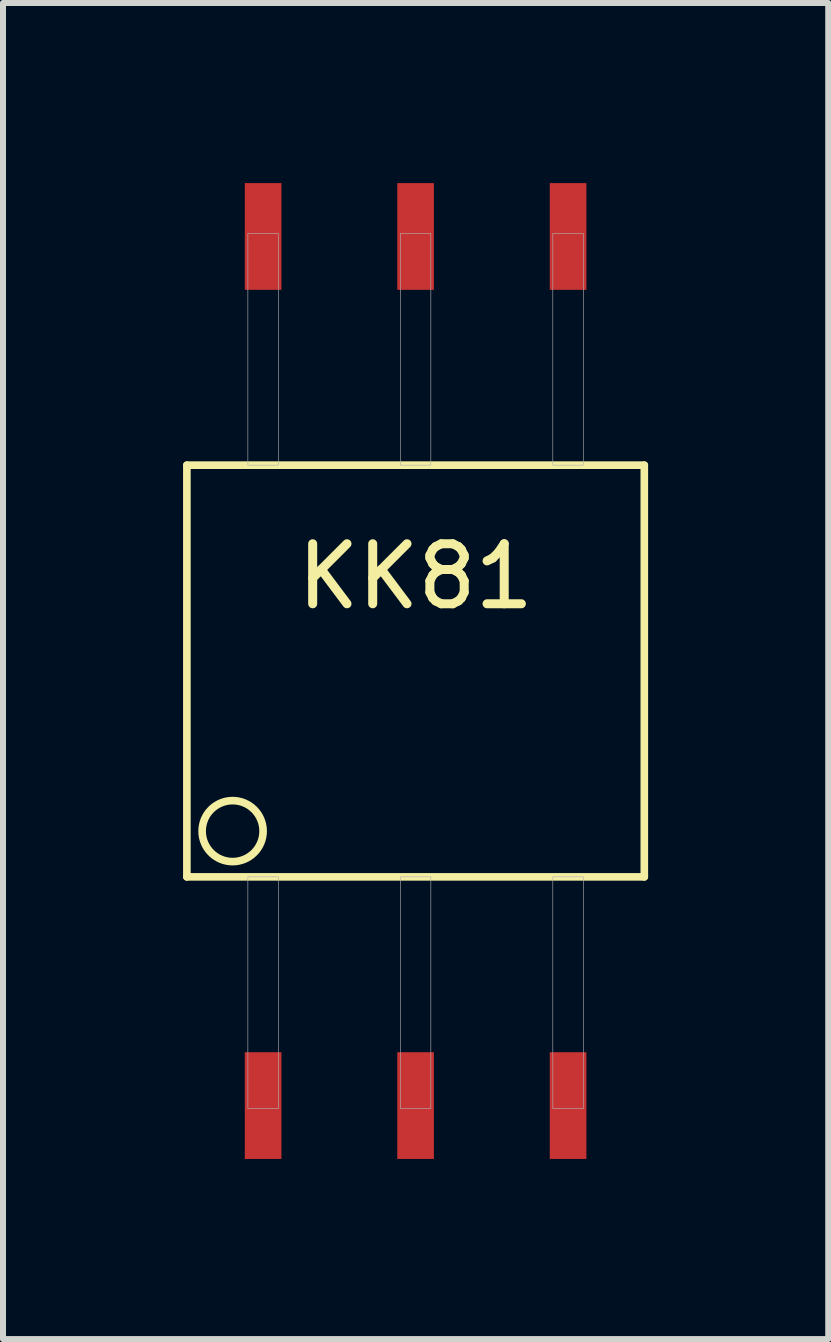
<source format=kicad_pcb>
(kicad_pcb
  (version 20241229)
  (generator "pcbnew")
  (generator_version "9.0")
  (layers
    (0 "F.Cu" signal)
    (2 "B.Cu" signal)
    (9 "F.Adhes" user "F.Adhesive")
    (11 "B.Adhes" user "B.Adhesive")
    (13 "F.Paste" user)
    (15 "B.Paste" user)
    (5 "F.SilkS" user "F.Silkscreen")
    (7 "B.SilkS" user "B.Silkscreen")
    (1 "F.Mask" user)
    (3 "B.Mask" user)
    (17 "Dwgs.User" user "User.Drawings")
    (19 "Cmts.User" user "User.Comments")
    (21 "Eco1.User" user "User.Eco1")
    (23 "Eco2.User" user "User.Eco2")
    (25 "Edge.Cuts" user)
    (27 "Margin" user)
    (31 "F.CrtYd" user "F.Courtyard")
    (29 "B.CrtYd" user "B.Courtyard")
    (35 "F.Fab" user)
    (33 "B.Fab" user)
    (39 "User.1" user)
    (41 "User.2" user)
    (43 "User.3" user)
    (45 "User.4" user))
  (footprint "KK81"
    (layer "F.Cu")
    (at 3.873 8.128)
    (property "Reference" "KK81" (at 0 -1.575 0) (layer "F.SilkS") (effects (font (size 1 1) (thickness 0.15))))
    (attr through_hole)
    (fp_line (start -3.81 -3.429) (end -3.81 3.429) (stroke (width 0.127) (type solid)) (layer "F.SilkS"))
    (fp_line (start -3.81 3.429) (end 3.81 3.429) (stroke (width 0.127) (type solid)) (layer "F.SilkS"))
    (fp_line (start 3.81 -3.429) (end -3.81 -3.429) (stroke (width 0.127) (type solid)) (layer "F.SilkS"))
    (fp_line (start 3.81 3.429) (end 3.81 -3.429) (stroke (width 0.127) (type solid)) (layer "F.SilkS"))
    (fp_circle (center -3.048 2.667) (end -2.54 2.667) (stroke (width 0.127) (type solid)) (fill no) (layer "F.SilkS"))
    (fp_poly (pts (xy -2.794 -7.29) (xy -2.286 -7.29) (xy -2.286 -3.429) (xy -2.794 -3.429)) (stroke (width 0.01) (type solid)) (fill no) (layer "F.Fab"))
    (fp_poly (pts (xy -2.794 3.429) (xy -2.286 3.429) (xy -2.286 7.29) (xy -2.794 7.29)) (stroke (width 0.01) (type solid)) (fill no) (layer "F.Fab"))
    (fp_poly (pts (xy -0.254 -7.29) (xy 0.254 -7.29) (xy 0.254 -3.429) (xy -0.254 -3.429)) (stroke (width 0.01) (type solid)) (fill no) (layer "F.Fab"))
    (fp_poly (pts (xy -0.254 3.429) (xy 0.254 3.429) (xy 0.254 7.29) (xy -0.254 7.29)) (stroke (width 0.01) (type solid)) (fill no) (layer "F.Fab"))
    (fp_poly (pts (xy 2.286 -7.29) (xy 2.794 -7.29) (xy 2.794 -3.429) (xy 2.286 -3.429)) (stroke (width 0.01) (type solid)) (fill no) (layer "F.Fab"))
    (fp_poly (pts (xy 2.286 3.429) (xy 2.794 3.429) (xy 2.794 7.29) (xy 2.286 7.29)) (stroke (width 0.01) (type solid)) (fill no) (layer "F.Fab"))
    (pad "1" smd rect (at -2.54 -7.239) (size 0.61 1.778) (layers "F.Cu" "F.Mask" "F.Paste"))
    (pad "2" smd rect (at 0 -7.239) (size 0.61 1.778) (layers "F.Cu" "F.Mask" "F.Paste"))
    (pad "3" smd rect (at 2.54 -7.239) (size 0.61 1.778) (layers "F.Cu" "F.Mask" "F.Paste"))
    (pad "4" smd rect (at 2.54 7.239) (size 0.61 1.778) (layers "F.Cu" "F.Mask" "F.Paste"))
    (pad "5" smd rect (at 0 7.239) (size 0.61 1.778) (layers "F.Cu" "F.Mask" "F.Paste"))
    (pad "6" smd rect (at -2.54 7.239) (size 0.61 1.778) (layers "F.Cu" "F.Mask" "F.Paste")))
  (gr_rect
    (start -3 -3)
    (end 10.747 19.256)
    (stroke (width 0.1) (type default))
    (fill no)
    (layer "Edge.Cuts")))
</source>
